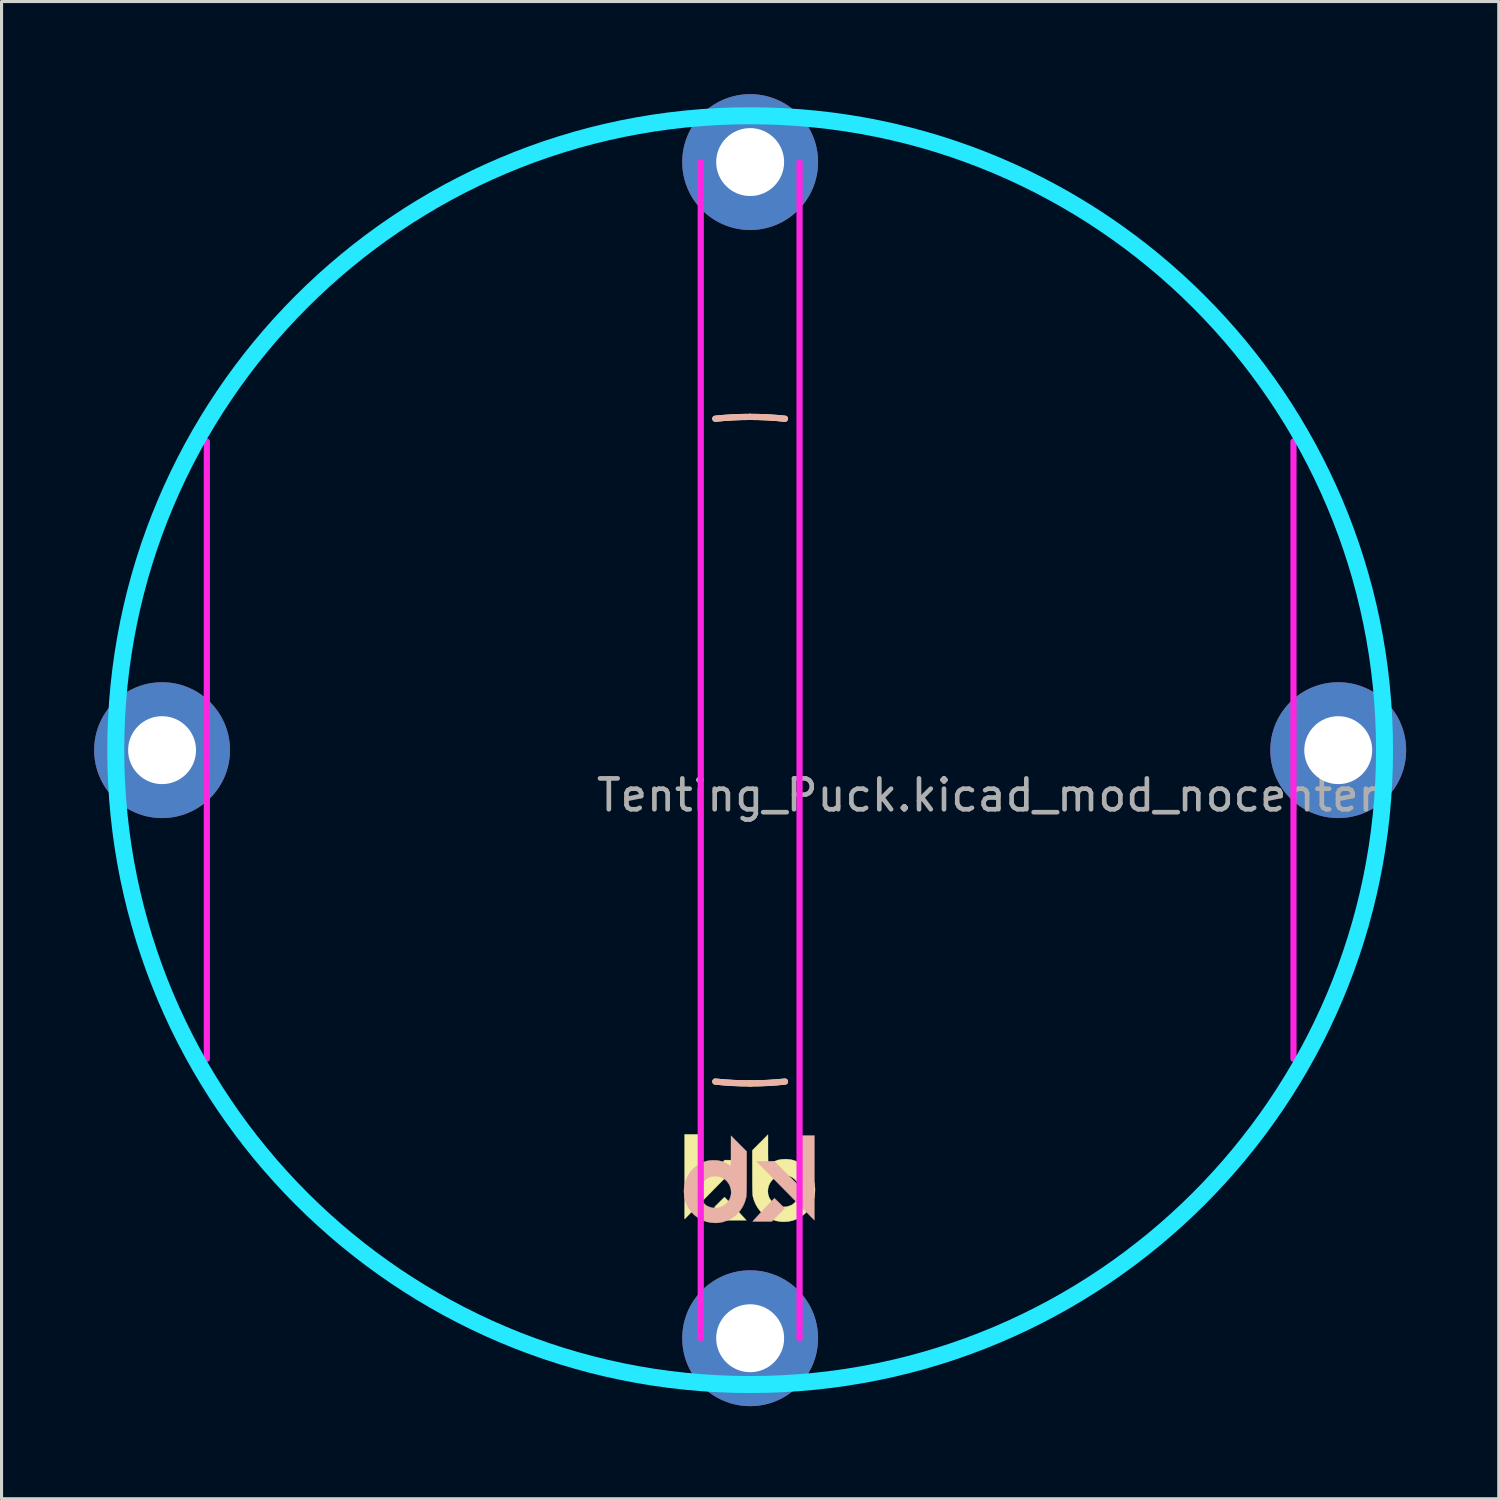
<source format=kicad_pcb>
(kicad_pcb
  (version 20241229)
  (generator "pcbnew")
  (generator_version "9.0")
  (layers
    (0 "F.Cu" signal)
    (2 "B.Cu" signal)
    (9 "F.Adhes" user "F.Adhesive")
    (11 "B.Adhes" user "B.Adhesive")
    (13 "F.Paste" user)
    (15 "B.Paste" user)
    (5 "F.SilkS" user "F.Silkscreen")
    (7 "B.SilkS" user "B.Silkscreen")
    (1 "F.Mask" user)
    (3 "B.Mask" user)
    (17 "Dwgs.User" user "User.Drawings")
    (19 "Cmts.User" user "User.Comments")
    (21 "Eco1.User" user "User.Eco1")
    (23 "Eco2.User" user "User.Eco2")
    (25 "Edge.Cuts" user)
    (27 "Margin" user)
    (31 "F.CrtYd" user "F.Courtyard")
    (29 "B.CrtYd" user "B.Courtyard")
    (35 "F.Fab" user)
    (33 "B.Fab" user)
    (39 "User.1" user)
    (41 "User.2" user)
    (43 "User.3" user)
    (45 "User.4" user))
  (footprint "Tenting_Puck.kicad_mod_nocenter"
    (layer "F.Cu")
    (at 21.25 21.25)
    (property "Reference" "Tenting_Puck.kicad_mod_nocenter" (at 7.684 1.46 0) (layer "F.Fab") (effects (font (size 1 1) (thickness 0.15))))
    (attr through_hole)
    (fp_arc (start -20.32 -2.8575) (mid -19.91151 -4.959786) (end -19.286134 -7.008048) (stroke (width 0.2) (type solid)) (layer "F.SilkS"))
    (fp_arc (start -19.286134 7.008047) (mid -19.91151 4.959786) (end -20.32 2.8575) (stroke (width 0.2) (type solid)) (layer "F.SilkS"))
    (fp_arc (start -7.008048 -19.286134) (mid -4.959786 -19.91151) (end -2.8575 -20.32) (stroke (width 0.2) (type solid)) (layer "F.SilkS"))
    (fp_arc (start -2.8575 20.32) (mid -4.959785 19.91151) (end -7.008046 19.286135) (stroke (width 0.2) (type solid)) (layer "F.SilkS"))
    (fp_arc (start -1.128385 -10.735864) (mid -0.564967 -10.780206) (end 0 -10.795) (stroke (width 0.2) (type solid)) (layer "F.SilkS"))
    (fp_arc (start 0 -10.795) (mid 0.564967 -10.780206) (end 1.128385 -10.735864) (stroke (width 0.2) (type solid)) (layer "F.SilkS"))
    (fp_arc (start 0 10.795) (mid -0.564967 10.780206) (end -1.128385 10.735864) (stroke (width 0.2) (type solid)) (layer "F.SilkS"))
    (fp_arc (start 1.128385 10.735864) (mid 0.564967 10.780206) (end 0 10.795) (stroke (width 0.2) (type solid)) (layer "F.SilkS"))
    (fp_arc (start 2.8575 -20.32) (mid 4.959786 -19.91151) (end 7.008047 -19.286134) (stroke (width 0.2) (type solid)) (layer "F.SilkS"))
    (fp_arc (start 7.008047 19.286134) (mid 4.959786 19.91151) (end 2.8575 20.32) (stroke (width 0.2) (type solid)) (layer "F.SilkS"))
    (fp_arc (start 19.286135 -7.008045) (mid 19.91151 -4.959785) (end 20.32 -2.8575) (stroke (width 0.2) (type solid)) (layer "F.SilkS"))
    (fp_arc (start 20.32 2.8575) (mid 19.91151 4.959785) (end 19.286135 7.008046) (stroke (width 0.2) (type solid)) (layer "F.SilkS"))
    (fp_poly (pts (xy -1.627 14.082) (xy -0.824 13.279) (xy -0.535 13.282) (xy -0.247 13.285) (xy -1.094 14.145) (xy -1.212 14.265) (xy -1.327 14.382) (xy -1.437 14.494) (xy -1.542 14.6) (xy -1.64 14.7) (xy -1.731 14.791) (xy -1.811 14.874) (xy -1.882 14.945) (xy -1.941 15.005) (xy -1.987 15.052) (xy -2.019 15.084) (xy -2.032 15.098) (xy -2.123 15.19) (xy -2.123 12.448) (xy -1.627 12.448) (xy -1.627 14.082)) (stroke (width 0.01) (type solid)) (fill yes) (layer "F.SilkS"))
    (fp_poly (pts (xy -0.82 14.488) (xy -0.797 14.511) (xy -0.763 14.547) (xy -0.719 14.593) (xy -0.666 14.647) (xy -0.609 14.708) (xy -0.547 14.773) (xy -0.483 14.841) (xy -0.42 14.908) (xy -0.359 14.973) (xy -0.302 15.034) (xy -0.251 15.089) (xy -0.208 15.135) (xy -0.175 15.171) (xy -0.154 15.194) (xy -0.152 15.197) (xy -0.124 15.231) (xy -0.744 15.231) (xy -0.917 15.055) (xy -0.971 15) (xy -1.021 14.948) (xy -1.065 14.903) (xy -1.099 14.868) (xy -1.121 14.844) (xy -1.124 14.841) (xy -1.158 14.803) (xy -0.997 14.642) (xy -0.948 14.592) (xy -0.903 14.549) (xy -0.867 14.514) (xy -0.842 14.491) (xy -0.829 14.48) (xy -0.829 14.48) (xy -0.82 14.488)) (stroke (width 0.01) (type solid)) (fill yes) (layer "F.SilkS"))
    (fp_poly (pts (xy 0.578 12.948) (xy 0.578 13.052) (xy 0.579 13.149) (xy 0.58 13.236) (xy 0.581 13.31) (xy 0.582 13.37) (xy 0.583 13.413) (xy 0.585 13.437) (xy 0.586 13.441) (xy 0.598 13.435) (xy 0.623 13.419) (xy 0.647 13.401) (xy 0.762 13.331) (xy 0.884 13.282) (xy 1.014 13.254) (xy 1.153 13.247) (xy 1.171 13.248) (xy 1.261 13.255) (xy 1.337 13.267) (xy 1.409 13.286) (xy 1.484 13.315) (xy 1.554 13.348) (xy 1.682 13.423) (xy 1.795 13.515) (xy 1.892 13.622) (xy 1.972 13.743) (xy 2.033 13.874) (xy 2.076 14.016) (xy 2.099 14.167) (xy 2.102 14.256) (xy 2.092 14.409) (xy 2.061 14.553) (xy 2.008 14.693) (xy 1.95 14.8) (xy 1.865 14.92) (xy 1.763 15.025) (xy 1.648 15.113) (xy 1.521 15.184) (xy 1.385 15.236) (xy 1.241 15.268) (xy 1.093 15.279) (xy 0.993 15.275) (xy 0.848 15.25) (xy 0.707 15.204) (xy 0.574 15.138) (xy 0.452 15.054) (xy 0.343 14.954) (xy 0.335 14.944) (xy 0.254 14.84) (xy 0.184 14.722) (xy 0.129 14.596) (xy 0.092 14.469) (xy 0.083 14.423) (xy 0.08 14.394) (xy 0.078 14.344) (xy 0.076 14.294) (xy 0.573 14.294) (xy 0.583 14.391) (xy 0.614 14.485) (xy 0.642 14.539) (xy 0.709 14.628) (xy 0.789 14.699) (xy 0.878 14.751) (xy 0.975 14.784) (xy 1.076 14.797) (xy 1.18 14.789) (xy 1.253 14.769) (xy 1.296 14.753) (xy 1.337 14.736) (xy 1.353 14.728) (xy 1.398 14.697) (xy 1.448 14.651) (xy 1.496 14.595) (xy 1.537 14.537) (xy 1.559 14.498) (xy 1.579 14.454) (xy 1.591 14.415) (xy 1.599 14.373) (xy 1.603 14.318) (xy 1.603 14.313) (xy 1.6 14.205) (xy 1.577 14.107) (xy 1.534 14.014) (xy 1.516 13.985) (xy 1.451 13.908) (xy 1.372 13.845) (xy 1.283 13.8) (xy 1.186 13.772) (xy 1.085 13.763) (xy 0.984 13.773) (xy 0.885 13.803) (xy 0.871 13.81) (xy 0.783 13.863) (xy 0.709 13.931) (xy 0.65 14.011) (xy 0.607 14.101) (xy 0.581 14.196) (xy 0.573 14.294) (xy 0.076 14.294) (xy 0.076 14.274) (xy 0.074 14.185) (xy 0.072 14.078) (xy 0.071 13.955) (xy 0.071 13.818) (xy 0.071 13.668) (xy 0.071 13.656) (xy 0.07 12.964) (xy 0.578 12.454) (xy 0.578 12.948)) (stroke (width 0.01) (type solid)) (fill yes) (layer "F.SilkS"))
    (fp_arc (start -20.32 -2.8575) (mid -19.91151 -4.959784) (end -19.286136 -7.008044) (stroke (width 0.2) (type solid)) (layer "B.SilkS"))
    (fp_arc (start -19.286135 7.008046) (mid -19.91151 4.959785) (end -20.32 2.8575) (stroke (width 0.2) (type solid)) (layer "B.SilkS"))
    (fp_arc (start -7.008046 -19.286135) (mid -4.959785 -19.91151) (end -2.8575 -20.32) (stroke (width 0.2) (type solid)) (layer "B.SilkS"))
    (fp_arc (start -2.8575 20.32) (mid -4.959785 19.91151) (end -7.008045 19.286135) (stroke (width 0.2) (type solid)) (layer "B.SilkS"))
    (fp_arc (start -1.128385 -10.735864) (mid -0.564967 -10.780206) (end 0 -10.795) (stroke (width 0.2) (type solid)) (layer "B.SilkS"))
    (fp_arc (start 0 -10.795) (mid 0.564967 -10.780206) (end 1.128385 -10.735864) (stroke (width 0.2) (type solid)) (layer "B.SilkS"))
    (fp_arc (start 0 10.795) (mid -0.564967 10.780206) (end -1.128385 10.735864) (stroke (width 0.2) (type solid)) (layer "B.SilkS"))
    (fp_arc (start 1.128385 10.735864) (mid 0.564967 10.780206) (end 0 10.795) (stroke (width 0.2) (type solid)) (layer "B.SilkS"))
    (fp_arc (start 2.8575 -20.32) (mid 4.959787 -19.91151) (end 7.008049 -19.286134) (stroke (width 0.2) (type solid)) (layer "B.SilkS"))
    (fp_arc (start 7.008045 19.286135) (mid 4.959785 19.91151) (end 2.8575 20.32) (stroke (width 0.2) (type solid)) (layer "B.SilkS"))
    (fp_arc (start 19.286134 -7.008048) (mid 19.91151 -4.959786) (end 20.32 -2.8575) (stroke (width 0.2) (type solid)) (layer "B.SilkS"))
    (fp_arc (start 20.32 2.8575) (mid 19.91151 4.959786) (end 19.286134 7.008048) (stroke (width 0.2) (type solid)) (layer "B.SilkS"))
    (fp_poly (pts (xy 1.584 14.118) (xy 0.782 13.315) (xy 0.493 13.318) (xy 0.205 13.322) (xy 1.052 14.182) (xy 1.17 14.301) (xy 1.285 14.418) (xy 1.395 14.53) (xy 1.5 14.637) (xy 1.598 14.736) (xy 1.688 14.828) (xy 1.769 14.91) (xy 1.84 14.981) (xy 1.899 15.041) (xy 1.944 15.088) (xy 1.976 15.12) (xy 1.99 15.134) (xy 2.081 15.226) (xy 2.081 12.484) (xy 1.584 12.484) (xy 1.584 14.118)) (stroke (width 0.01) (type solid)) (fill yes) (layer "B.SilkS"))
    (fp_poly (pts (xy 0.778 14.525) (xy 0.755 14.547) (xy 0.721 14.583) (xy 0.676 14.629) (xy 0.624 14.684) (xy 0.566 14.745) (xy 0.505 14.81) (xy 0.441 14.877) (xy 0.378 14.944) (xy 0.316 15.009) (xy 0.259 15.07) (xy 0.208 15.125) (xy 0.166 15.172) (xy 0.133 15.207) (xy 0.112 15.231) (xy 0.11 15.233) (xy 0.082 15.267) (xy 0.702 15.267) (xy 0.875 15.091) (xy 0.929 15.036) (xy 0.979 14.985) (xy 1.023 14.939) (xy 1.057 14.904) (xy 1.079 14.88) (xy 1.082 14.877) (xy 1.116 14.839) (xy 0.955 14.678) (xy 0.905 14.628) (xy 0.861 14.585) (xy 0.825 14.55) (xy 0.799 14.527) (xy 0.787 14.517) (xy 0.787 14.516) (xy 0.778 14.525)) (stroke (width 0.01) (type solid)) (fill yes) (layer "B.SilkS"))
    (fp_poly (pts (xy -0.621 12.984) (xy -0.621 13.088) (xy -0.621 13.185) (xy -0.622 13.272) (xy -0.623 13.346) (xy -0.624 13.406) (xy -0.625 13.45) (xy -0.627 13.473) (xy -0.628 13.477) (xy -0.64 13.471) (xy -0.665 13.455) (xy -0.689 13.438) (xy -0.804 13.367) (xy -0.926 13.318) (xy -1.057 13.29) (xy -1.196 13.284) (xy -1.214 13.284) (xy -1.303 13.291) (xy -1.38 13.303) (xy -1.451 13.322) (xy -1.526 13.351) (xy -1.596 13.384) (xy -1.724 13.459) (xy -1.837 13.551) (xy -1.934 13.658) (xy -2.014 13.779) (xy -2.076 13.911) (xy -2.118 14.053) (xy -2.141 14.203) (xy -2.145 14.293) (xy -2.134 14.445) (xy -2.103 14.59) (xy -2.05 14.729) (xy -1.993 14.836) (xy -1.907 14.956) (xy -1.805 15.061) (xy -1.69 15.149) (xy -1.563 15.22) (xy -1.427 15.272) (xy -1.283 15.304) (xy -1.135 15.316) (xy -1.035 15.311) (xy -0.89 15.286) (xy -0.75 15.24) (xy -0.616 15.174) (xy -0.494 15.09) (xy -0.386 14.99) (xy -0.377 14.981) (xy -0.296 14.876) (xy -0.226 14.758) (xy -0.171 14.632) (xy -0.134 14.505) (xy -0.125 14.459) (xy -0.122 14.43) (xy -0.12 14.38) (xy -0.118 14.33) (xy -0.615 14.33) (xy -0.625 14.428) (xy -0.656 14.522) (xy -0.684 14.576) (xy -0.751 14.664) (xy -0.831 14.735) (xy -0.92 14.787) (xy -1.017 14.82) (xy -1.119 14.833) (xy -1.222 14.825) (xy -1.295 14.805) (xy -1.338 14.789) (xy -1.379 14.772) (xy -1.395 14.764) (xy -1.441 14.733) (xy -1.49 14.687) (xy -1.538 14.632) (xy -1.579 14.573) (xy -1.601 14.534) (xy -1.621 14.49) (xy -1.634 14.452) (xy -1.641 14.409) (xy -1.645 14.354) (xy -1.646 14.349) (xy -1.642 14.241) (xy -1.619 14.144) (xy -1.576 14.05) (xy -1.558 14.022) (xy -1.493 13.944) (xy -1.415 13.882) (xy -1.325 13.836) (xy -1.228 13.808) (xy -1.127 13.799) (xy -1.026 13.809) (xy -0.927 13.84) (xy -0.913 13.846) (xy -0.825 13.899) (xy -0.751 13.967) (xy -0.692 14.047) (xy -0.649 14.137) (xy -0.623 14.232) (xy -0.615 14.33) (xy -0.118 14.33) (xy -0.118 14.31) (xy -0.116 14.221) (xy -0.115 14.114) (xy -0.114 13.991) (xy -0.113 13.854) (xy -0.113 13.704) (xy -0.113 13.692) (xy -0.113 13) (xy -0.62 12.49) (xy -0.621 12.984)) (stroke (width 0.01) (type solid)) (fill yes) (layer "B.SilkS"))
    (fp_circle (center 0 0) (end 20.55 0) (stroke (width 0.55) (type solid)) (fill no) (layer "B.CrtYd"))
    (fp_line (start -17.6 10) (end -17.6 -10) (stroke (width 0.2) (type solid)) (layer "F.CrtYd"))
    (fp_line (start -1.6 19.05) (end -1.6 -19.05) (stroke (width 0.2) (type solid)) (layer "F.CrtYd"))
    (fp_line (start 1.6 19.05) (end 1.6 -19.05) (stroke (width 0.2) (type solid)) (layer "F.CrtYd"))
    (fp_line (start 17.6 10) (end 17.6 -10) (stroke (width 0.2) (type solid)) (layer "F.CrtYd"))
    (pad "1" thru_hole circle (at -19.05 0) (size 4.4 4.4) (drill 2.2) (layers "*.Cu" "*.Mask"))
    (pad "1" thru_hole circle (at 0 -19.05) (size 4.4 4.4) (drill 2.2) (layers "*.Cu" "*.Mask"))
    (pad "1" thru_hole circle (at 0 19.05) (size 4.4 4.4) (drill 2.2) (layers "*.Cu" "*.Mask"))
    (pad "1" thru_hole circle (at 19.05 0) (size 4.4 4.4) (drill 2.2) (layers "*.Cu" "*.Mask")))
  (gr_rect
    (start -3 -3)
    (end 45.5 45.5)
    (stroke (width 0.1) (type default))
    (fill no)
    (layer "Edge.Cuts")))
</source>
